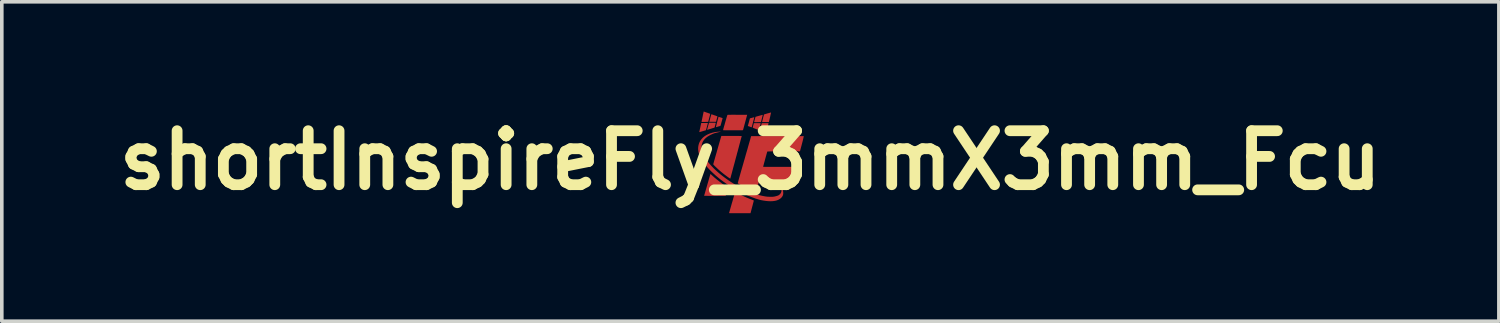
<source format=kicad_pcb>
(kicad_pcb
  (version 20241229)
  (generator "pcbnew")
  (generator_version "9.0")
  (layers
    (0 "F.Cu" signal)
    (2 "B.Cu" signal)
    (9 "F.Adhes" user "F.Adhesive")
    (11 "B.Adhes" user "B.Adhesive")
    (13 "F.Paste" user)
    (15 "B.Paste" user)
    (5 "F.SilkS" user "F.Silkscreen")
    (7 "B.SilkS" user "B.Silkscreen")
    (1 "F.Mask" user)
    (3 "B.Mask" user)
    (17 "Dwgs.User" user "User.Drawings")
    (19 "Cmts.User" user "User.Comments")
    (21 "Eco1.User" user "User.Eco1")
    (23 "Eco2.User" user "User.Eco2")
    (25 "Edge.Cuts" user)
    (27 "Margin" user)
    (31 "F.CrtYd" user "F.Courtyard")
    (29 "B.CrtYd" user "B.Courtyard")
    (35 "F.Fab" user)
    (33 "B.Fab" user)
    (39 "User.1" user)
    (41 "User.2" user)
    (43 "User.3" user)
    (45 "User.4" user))
  (footprint "shortInspireFly_3mmX3mm_Fcu"
    (layer "F.Cu")
    (at 17.8 1.404)
    (property "Reference" "shortInspireFly_3mmX3mm_Fcu" (at 0 0 0) (layer "F.SilkS") (effects (font (size 1.5 1.5) (thickness 0.3))))
    (attr board_only exclude_from_pos_files exclude_from_bom)
    (fp_poly (pts (xy 0.575 -1.325) (xy 0.573 -1.316) (xy 0.571 -1.303) (xy 0.567 -1.285) (xy 0.562 -1.265) (xy 0.557 -1.242) (xy 0.552 -1.218) (xy 0.546 -1.193) (xy 0.54 -1.168) (xy 0.535 -1.144) (xy 0.529 -1.121) (xy 0.525 -1.101) (xy 0.52 -1.085) (xy 0.518 -1.074) (xy 0.515 -1.062) (xy 0.42 -1.062) (xy 0.326 -1.062) (xy 0.352 -1.167) (xy 0.358 -1.192) (xy 0.364 -1.215) (xy 0.37 -1.235) (xy 0.374 -1.251) (xy 0.377 -1.264) (xy 0.38 -1.271) (xy 0.38 -1.273) (xy 0.384 -1.275) (xy 0.393 -1.277) (xy 0.406 -1.281) (xy 0.422 -1.286) (xy 0.442 -1.292) (xy 0.462 -1.298) (xy 0.483 -1.304) (xy 0.505 -1.31) (xy 0.524 -1.315) (xy 0.542 -1.32) (xy 0.557 -1.324) (xy 0.568 -1.327) (xy 0.575 -1.328) (xy 0.576 -1.328)) (stroke (width 0) (type solid)) (fill yes) (layer "F.Cu"))
    (fp_poly (pts (xy 0.344 -1.26) (xy 0.342 -1.251) (xy 0.339 -1.238) (xy 0.335 -1.22) (xy 0.33 -1.2) (xy 0.324 -1.176) (xy 0.32 -1.163) (xy 0.296 -1.063) (xy 0.24 -1.061) (xy 0.205 -1.06) (xy 0.175 -1.059) (xy 0.15 -1.059) (xy 0.13 -1.059) (xy 0.116 -1.06) (xy 0.108 -1.061) (xy 0.106 -1.063) (xy 0.107 -1.067) (xy 0.109 -1.076) (xy 0.112 -1.089) (xy 0.116 -1.105) (xy 0.121 -1.123) (xy 0.126 -1.142) (xy 0.13 -1.16) (xy 0.135 -1.176) (xy 0.139 -1.19) (xy 0.141 -1.201) (xy 0.143 -1.206) (xy 0.144 -1.207) (xy 0.147 -1.208) (xy 0.156 -1.211) (xy 0.169 -1.215) (xy 0.185 -1.22) (xy 0.204 -1.225) (xy 0.225 -1.231) (xy 0.247 -1.237) (xy 0.268 -1.243) (xy 0.288 -1.249) (xy 0.307 -1.254) (xy 0.323 -1.258) (xy 0.335 -1.261) (xy 0.342 -1.263) (xy 0.344 -1.263)) (stroke (width 0) (type solid)) (fill yes) (layer "F.Cu"))
    (fp_poly (pts (xy 0.216 -1.033) (xy 0.238 -1.033) (xy 0.256 -1.033) (xy 0.271 -1.032) (xy 0.281 -1.032) (xy 0.286 -1.031) (xy 0.287 -1.031) (xy 0.286 -1.026) (xy 0.284 -1.016) (xy 0.28 -1.001) (xy 0.276 -0.984) (xy 0.271 -0.965) (xy 0.266 -0.944) (xy 0.261 -0.923) (xy 0.255 -0.902) (xy 0.25 -0.883) (xy 0.245 -0.867) (xy 0.242 -0.853) (xy 0.239 -0.844) (xy 0.237 -0.84) (xy 0.237 -0.84) (xy 0.233 -0.841) (xy 0.224 -0.845) (xy 0.211 -0.849) (xy 0.194 -0.856) (xy 0.174 -0.863) (xy 0.152 -0.871) (xy 0.15 -0.872) (xy 0.125 -0.882) (xy 0.106 -0.889) (xy 0.091 -0.895) (xy 0.081 -0.9) (xy 0.074 -0.903) (xy 0.069 -0.906) (xy 0.067 -0.908) (xy 0.067 -0.91) (xy 0.067 -0.912) (xy 0.068 -0.917) (xy 0.07 -0.928) (xy 0.074 -0.942) (xy 0.078 -0.959) (xy 0.083 -0.976) (xy 0.098 -1.033) (xy 0.192 -1.033)) (stroke (width 0) (type solid)) (fill yes) (layer "F.Cu"))
    (fp_poly (pts (xy -1.071 -1.275) (xy -1.056 -1.271) (xy -1.035 -1.264) (xy -1.01 -1.255) (xy -0.999 -1.251) (xy -0.977 -1.244) (xy -0.957 -1.237) (xy -0.941 -1.231) (xy -0.927 -1.226) (xy -0.918 -1.223) (xy -0.915 -1.222) (xy -0.915 -1.222) (xy -0.915 -1.218) (xy -0.917 -1.21) (xy -0.92 -1.198) (xy -0.924 -1.182) (xy -0.928 -1.164) (xy -0.933 -1.146) (xy -0.938 -1.127) (xy -0.942 -1.11) (xy -0.946 -1.094) (xy -0.95 -1.082) (xy -0.95 -1.081) (xy -0.953 -1.069) (xy -1.046 -1.069) (xy -1.071 -1.069) (xy -1.093 -1.069) (xy -1.112 -1.07) (xy -1.126 -1.07) (xy -1.136 -1.071) (xy -1.14 -1.072) (xy -1.14 -1.072) (xy -1.139 -1.075) (xy -1.137 -1.084) (xy -1.133 -1.097) (xy -1.128 -1.114) (xy -1.123 -1.134) (xy -1.117 -1.155) (xy -1.112 -1.177) (xy -1.106 -1.198) (xy -1.1 -1.219) (xy -1.095 -1.238) (xy -1.09 -1.254) (xy -1.087 -1.267) (xy -1.084 -1.275) (xy -1.084 -1.277) (xy -1.08 -1.277)) (stroke (width 0) (type solid)) (fill yes) (layer "F.Cu"))
    (fp_poly (pts (xy -1.32 -1.036) (xy -1.299 -1.036) (xy -1.276 -1.036) (xy -1.271 -1.036) (xy -1.179 -1.035) (xy -1.206 -0.936) (xy -1.212 -0.912) (xy -1.218 -0.889) (xy -1.224 -0.87) (xy -1.228 -0.854) (xy -1.231 -0.843) (xy -1.233 -0.837) (xy -1.234 -0.836) (xy -1.237 -0.835) (xy -1.245 -0.832) (xy -1.258 -0.828) (xy -1.274 -0.823) (xy -1.293 -0.818) (xy -1.313 -0.812) (xy -1.333 -0.806) (xy -1.353 -0.8) (xy -1.372 -0.795) (xy -1.388 -0.79) (xy -1.4 -0.787) (xy -1.409 -0.784) (xy -1.411 -0.784) (xy -1.418 -0.783) (xy -1.419 -0.784) (xy -1.419 -0.786) (xy -1.418 -0.791) (xy -1.415 -0.8) (xy -1.412 -0.815) (xy -1.408 -0.834) (xy -1.403 -0.856) (xy -1.398 -0.881) (xy -1.392 -0.908) (xy -1.391 -0.913) (xy -1.385 -0.94) (xy -1.38 -0.965) (xy -1.375 -0.987) (xy -1.371 -1.006) (xy -1.367 -1.021) (xy -1.365 -1.031) (xy -1.364 -1.036) (xy -1.364 -1.036) (xy -1.36 -1.036) (xy -1.351 -1.036) (xy -1.338 -1.036)) (stroke (width 0) (type solid)) (fill yes) (layer "F.Cu"))
    (fp_poly (pts (xy 0.473 -1.033) (xy 0.488 -1.033) (xy 0.499 -1.032) (xy 0.504 -1.032) (xy 0.504 -1.032) (xy 0.504 -1.029) (xy 0.503 -1.019) (xy 0.5 -1.003) (xy 0.495 -0.981) (xy 0.489 -0.952) (xy 0.481 -0.918) (xy 0.478 -0.904) (xy 0.471 -0.876) (xy 0.465 -0.85) (xy 0.46 -0.827) (xy 0.455 -0.806) (xy 0.451 -0.79) (xy 0.449 -0.778) (xy 0.448 -0.771) (xy 0.448 -0.77) (xy 0.446 -0.764) (xy 0.443 -0.761) (xy 0.44 -0.762) (xy 0.437 -0.763) (xy 0.428 -0.767) (xy 0.415 -0.772) (xy 0.398 -0.778) (xy 0.379 -0.786) (xy 0.357 -0.794) (xy 0.354 -0.795) (xy 0.332 -0.803) (xy 0.312 -0.811) (xy 0.295 -0.818) (xy 0.282 -0.823) (xy 0.272 -0.827) (xy 0.268 -0.828) (xy 0.268 -0.828) (xy 0.269 -0.832) (xy 0.27 -0.841) (xy 0.274 -0.854) (xy 0.278 -0.872) (xy 0.283 -0.893) (xy 0.288 -0.916) (xy 0.292 -0.931) (xy 0.318 -1.032) (xy 0.409 -1.033) (xy 0.433 -1.033) (xy 0.455 -1.033)) (stroke (width 0) (type solid)) (fill yes) (layer "F.Cu"))
    (fp_poly (pts (xy -1.293 -1.354) (xy -1.284 -1.351) (xy -1.271 -1.347) (xy -1.255 -1.341) (xy -1.235 -1.334) (xy -1.213 -1.326) (xy -1.205 -1.324) (xy -1.115 -1.292) (xy -1.116 -1.283) (xy -1.117 -1.277) (xy -1.12 -1.267) (xy -1.123 -1.251) (xy -1.128 -1.232) (xy -1.134 -1.21) (xy -1.14 -1.186) (xy -1.144 -1.172) (xy -1.17 -1.07) (xy -1.194 -1.068) (xy -1.205 -1.068) (xy -1.221 -1.067) (xy -1.24 -1.067) (xy -1.262 -1.066) (xy -1.284 -1.066) (xy -1.287 -1.066) (xy -1.31 -1.066) (xy -1.327 -1.066) (xy -1.339 -1.066) (xy -1.347 -1.067) (xy -1.352 -1.067) (xy -1.354 -1.069) (xy -1.355 -1.07) (xy -1.355 -1.072) (xy -1.355 -1.076) (xy -1.353 -1.086) (xy -1.35 -1.1) (xy -1.346 -1.118) (xy -1.342 -1.139) (xy -1.337 -1.162) (xy -1.332 -1.187) (xy -1.326 -1.213) (xy -1.321 -1.239) (xy -1.316 -1.264) (xy -1.311 -1.288) (xy -1.306 -1.309) (xy -1.302 -1.327) (xy -1.299 -1.341) (xy -1.297 -1.35) (xy -1.296 -1.354) (xy -1.296 -1.355)) (stroke (width 0) (type solid)) (fill yes) (layer "F.Cu"))
    (fp_poly (pts (xy 0.108 -1.193) (xy 0.106 -1.184) (xy 0.103 -1.17) (xy 0.099 -1.152) (xy 0.093 -1.131) (xy 0.087 -1.106) (xy 0.08 -1.079) (xy 0.077 -1.068) (xy 0.07 -1.04) (xy 0.063 -1.014) (xy 0.057 -0.99) (xy 0.052 -0.969) (xy 0.047 -0.951) (xy 0.044 -0.938) (xy 0.042 -0.931) (xy 0.041 -0.93) (xy 0.039 -0.923) (xy 0.036 -0.919) (xy 0.031 -0.918) (xy 0.023 -0.92) (xy 0.011 -0.924) (xy 0.003 -0.927) (xy -0.013 -0.934) (xy -0.031 -0.94) (xy -0.045 -0.945) (xy -0.07 -0.953) (xy -0.05 -1.025) (xy -0.043 -1.048) (xy -0.037 -1.072) (xy -0.031 -1.094) (xy -0.026 -1.113) (xy -0.022 -1.128) (xy -0.021 -1.131) (xy -0.017 -1.147) (xy -0.014 -1.157) (xy -0.011 -1.163) (xy -0.008 -1.166) (xy -0.004 -1.167) (xy -0.004 -1.167) (xy 0.002 -1.169) (xy 0.013 -1.172) (xy 0.028 -1.176) (xy 0.045 -1.18) (xy 0.056 -1.184) (xy 0.073 -1.188) (xy 0.088 -1.192) (xy 0.1 -1.195) (xy 0.107 -1.196) (xy 0.109 -1.196)) (stroke (width 0) (type solid)) (fill yes) (layer "F.Cu"))
    (fp_poly (pts (xy -1.026 -1.043) (xy -1.004 -1.043) (xy -0.988 -1.043) (xy -0.976 -1.042) (xy -0.968 -1.042) (xy -0.964 -1.041) (xy -0.961 -1.04) (xy -0.96 -1.039) (xy -0.961 -1.037) (xy -0.962 -1.033) (xy -0.964 -1.023) (xy -0.968 -1.009) (xy -0.972 -0.992) (xy -0.977 -0.973) (xy -0.977 -0.972) (xy -0.982 -0.953) (xy -0.987 -0.937) (xy -0.991 -0.923) (xy -0.994 -0.913) (xy -0.996 -0.909) (xy -0.996 -0.909) (xy -0.999 -0.907) (xy -1.008 -0.904) (xy -1.022 -0.9) (xy -1.038 -0.895) (xy -1.058 -0.889) (xy -1.079 -0.882) (xy -1.1 -0.875) (xy -1.122 -0.869) (xy -1.143 -0.863) (xy -1.161 -0.857) (xy -1.177 -0.852) (xy -1.189 -0.849) (xy -1.197 -0.847) (xy -1.199 -0.847) (xy -1.201 -0.849) (xy -1.201 -0.85) (xy -1.2 -0.854) (xy -1.198 -0.863) (xy -1.194 -0.877) (xy -1.19 -0.894) (xy -1.184 -0.913) (xy -1.179 -0.933) (xy -1.173 -0.954) (xy -1.167 -0.975) (xy -1.162 -0.994) (xy -1.157 -1.011) (xy -1.153 -1.024) (xy -1.151 -1.033) (xy -1.149 -1.036) (xy -1.146 -1.043) (xy -1.053 -1.043)) (stroke (width 0) (type solid)) (fill yes) (layer "F.Cu"))
    (fp_poly (pts (xy -0.88 -1.207) (xy -0.872 -1.205) (xy -0.86 -1.201) (xy -0.846 -1.197) (xy -0.83 -1.192) (xy -0.814 -1.187) (xy -0.799 -1.182) (xy -0.786 -1.177) (xy -0.776 -1.173) (xy -0.771 -1.171) (xy -0.77 -1.171) (xy -0.771 -1.168) (xy -0.773 -1.159) (xy -0.777 -1.146) (xy -0.781 -1.13) (xy -0.786 -1.111) (xy -0.792 -1.09) (xy -0.798 -1.069) (xy -0.804 -1.048) (xy -0.809 -1.027) (xy -0.815 -1.009) (xy -0.819 -0.993) (xy -0.823 -0.982) (xy -0.824 -0.976) (xy -0.831 -0.956) (xy -0.864 -0.946) (xy -0.882 -0.941) (xy -0.902 -0.935) (xy -0.92 -0.929) (xy -0.926 -0.927) (xy -0.94 -0.923) (xy -0.949 -0.921) (xy -0.954 -0.921) (xy -0.956 -0.922) (xy -0.956 -0.923) (xy -0.955 -0.927) (xy -0.953 -0.936) (xy -0.95 -0.95) (xy -0.945 -0.968) (xy -0.94 -0.99) (xy -0.934 -1.013) (xy -0.928 -1.038) (xy -0.921 -1.064) (xy -0.915 -1.09) (xy -0.908 -1.115) (xy -0.902 -1.139) (xy -0.896 -1.16) (xy -0.892 -1.178) (xy -0.888 -1.193) (xy -0.885 -1.203) (xy -0.884 -1.207) (xy -0.884 -1.207)) (stroke (width 0) (type solid)) (fill yes) (layer "F.Cu"))
    (fp_poly (pts (xy -1.106 0.382) (xy -1.1 0.387) (xy -1.09 0.395) (xy -1.078 0.406) (xy -1.071 0.413) (xy -1.001 0.476) (xy -0.925 0.539) (xy -0.844 0.602) (xy -0.761 0.664) (xy -0.681 0.719) (xy -0.665 0.731) (xy -0.65 0.741) (xy -0.638 0.75) (xy -0.629 0.757) (xy -0.625 0.761) (xy -0.625 0.761) (xy -0.625 0.765) (xy -0.628 0.774) (xy -0.631 0.788) (xy -0.636 0.806) (xy -0.642 0.828) (xy -0.648 0.852) (xy -0.655 0.876) (xy -0.685 0.987) (xy -0.985 0.988) (xy -1.037 0.988) (xy -1.084 0.988) (xy -1.124 0.988) (xy -1.159 0.988) (xy -1.189 0.988) (xy -1.214 0.987) (xy -1.235 0.987) (xy -1.252 0.987) (xy -1.264 0.987) (xy -1.274 0.986) (xy -1.28 0.986) (xy -1.283 0.985) (xy -1.284 0.984) (xy -1.283 0.981) (xy -1.28 0.971) (xy -1.276 0.957) (xy -1.27 0.937) (xy -1.263 0.913) (xy -1.255 0.885) (xy -1.246 0.853) (xy -1.236 0.818) (xy -1.225 0.781) (xy -1.213 0.74) (xy -1.201 0.699) (xy -1.196 0.681) (xy -1.184 0.638) (xy -1.172 0.598) (xy -1.161 0.559) (xy -1.151 0.523) (xy -1.141 0.49) (xy -1.133 0.461) (xy -1.125 0.435) (xy -1.119 0.414) (xy -1.114 0.398) (xy -1.111 0.387) (xy -1.109 0.381) (xy -1.109 0.38)) (stroke (width 0) (type solid)) (fill yes) (layer "F.Cu"))
    (fp_poly (pts (xy -0.459 -1.265) (xy -0.415 -1.265) (xy -0.366 -1.264) (xy -0.36 -1.264) (xy -0.088 -1.264) (xy -0.145 -1.054) (xy -0.154 -1.019) (xy -0.164 -0.985) (xy -0.172 -0.953) (xy -0.18 -0.924) (xy -0.187 -0.899) (xy -0.193 -0.877) (xy -0.198 -0.86) (xy -0.201 -0.848) (xy -0.203 -0.841) (xy -0.204 -0.839) (xy -0.204 -0.838) (xy -0.206 -0.838) (xy -0.208 -0.837) (xy -0.213 -0.836) (xy -0.219 -0.836) (xy -0.227 -0.835) (xy -0.239 -0.835) (xy -0.253 -0.834) (xy -0.272 -0.834) (xy -0.294 -0.834) (xy -0.32 -0.834) (xy -0.352 -0.834) (xy -0.388 -0.834) (xy -0.43 -0.834) (xy -0.479 -0.834) (xy -0.481 -0.834) (xy -0.524 -0.834) (xy -0.565 -0.834) (xy -0.603 -0.834) (xy -0.638 -0.834) (xy -0.669 -0.835) (xy -0.696 -0.835) (xy -0.719 -0.835) (xy -0.737 -0.836) (xy -0.75 -0.836) (xy -0.757 -0.836) (xy -0.758 -0.837) (xy -0.757 -0.84) (xy -0.755 -0.849) (xy -0.752 -0.863) (xy -0.747 -0.882) (xy -0.741 -0.904) (xy -0.734 -0.929) (xy -0.726 -0.957) (xy -0.717 -0.986) (xy -0.709 -1.017) (xy -0.7 -1.048) (xy -0.691 -1.08) (xy -0.682 -1.111) (xy -0.673 -1.14) (xy -0.665 -1.168) (xy -0.658 -1.193) (xy -0.651 -1.215) (xy -0.645 -1.234) (xy -0.641 -1.248) (xy -0.638 -1.257) (xy -0.636 -1.261) (xy -0.636 -1.261) (xy -0.634 -1.262) (xy -0.63 -1.263) (xy -0.622 -1.263) (xy -0.611 -1.264) (xy -0.597 -1.264) (xy -0.579 -1.264) (xy -0.556 -1.264) (xy -0.529 -1.265) (xy -0.496 -1.265)) (stroke (width 0) (type solid)) (fill yes) (layer "F.Cu"))
    (fp_poly (pts (xy -0.413 0.883) (xy -0.412 0.884) (xy -0.41 0.885) (xy -0.406 0.888) (xy -0.397 0.893) (xy -0.383 0.9) (xy -0.366 0.909) (xy -0.347 0.92) (xy -0.325 0.931) (xy -0.303 0.942) (xy -0.28 0.953) (xy -0.258 0.964) (xy -0.238 0.974) (xy -0.219 0.983) (xy -0.216 0.985) (xy -0.167 1.008) (xy -0.117 1.03) (xy -0.066 1.052) (xy -0.018 1.072) (xy 0.028 1.089) (xy 0.038 1.093) (xy 0.058 1.101) (xy 0.074 1.107) (xy 0.084 1.111) (xy 0.091 1.115) (xy 0.095 1.118) (xy 0.096 1.12) (xy 0.096 1.122) (xy 0.096 1.126) (xy 0.093 1.136) (xy 0.089 1.151) (xy 0.084 1.17) (xy 0.078 1.193) (xy 0.071 1.22) (xy 0.064 1.249) (xy 0.055 1.28) (xy 0.05 1.299) (xy 0.005 1.47) (xy -0.294 1.47) (xy -0.346 1.471) (xy -0.393 1.471) (xy -0.433 1.471) (xy -0.468 1.471) (xy -0.498 1.471) (xy -0.523 1.47) (xy -0.543 1.47) (xy -0.56 1.47) (xy -0.573 1.469) (xy -0.582 1.469) (xy -0.588 1.468) (xy -0.591 1.468) (xy -0.592 1.467) (xy -0.59 1.464) (xy -0.588 1.454) (xy -0.583 1.44) (xy -0.578 1.42) (xy -0.571 1.396) (xy -0.563 1.368) (xy -0.554 1.336) (xy -0.544 1.302) (xy -0.533 1.264) (xy -0.522 1.224) (xy -0.51 1.183) (xy -0.507 1.173) (xy -0.492 1.123) (xy -0.48 1.079) (xy -0.469 1.041) (xy -0.459 1.008) (xy -0.451 0.98) (xy -0.444 0.956) (xy -0.438 0.936) (xy -0.433 0.92) (xy -0.428 0.907) (xy -0.425 0.898) (xy -0.422 0.891) (xy -0.419 0.886) (xy -0.417 0.883) (xy -0.415 0.882)) (stroke (width 0) (type solid)) (fill yes) (layer "F.Cu"))
    (fp_poly (pts (xy -0.472 -0.676) (xy -0.429 -0.676) (xy -0.391 -0.676) (xy -0.359 -0.676) (xy -0.332 -0.676) (xy -0.309 -0.676) (xy -0.29 -0.675) (xy -0.275 -0.675) (xy -0.263 -0.675) (xy -0.254 -0.674) (xy -0.248 -0.674) (xy -0.243 -0.673) (xy -0.241 -0.673) (xy -0.24 -0.672) (xy -0.239 -0.671) (xy -0.24 -0.67) (xy -0.241 -0.667) (xy -0.243 -0.657) (xy -0.247 -0.642) (xy -0.253 -0.622) (xy -0.26 -0.596) (xy -0.268 -0.566) (xy -0.277 -0.532) (xy -0.287 -0.493) (xy -0.299 -0.451) (xy -0.311 -0.405) (xy -0.324 -0.356) (xy -0.338 -0.304) (xy -0.352 -0.25) (xy -0.368 -0.194) (xy -0.383 -0.135) (xy -0.398 -0.082) (xy -0.414 -0.022) (xy -0.429 0.036) (xy -0.444 0.092) (xy -0.459 0.146) (xy -0.473 0.197) (xy -0.486 0.246) (xy -0.498 0.291) (xy -0.509 0.333) (xy -0.519 0.371) (xy -0.529 0.405) (xy -0.537 0.435) (xy -0.543 0.46) (xy -0.549 0.48) (xy -0.553 0.494) (xy -0.555 0.503) (xy -0.556 0.506) (xy -0.558 0.508) (xy -0.561 0.507) (xy -0.567 0.505) (xy -0.576 0.499) (xy -0.589 0.49) (xy -0.594 0.487) (xy -0.616 0.472) (xy -0.642 0.453) (xy -0.669 0.433) (xy -0.698 0.411) (xy -0.726 0.39) (xy -0.753 0.369) (xy -0.775 0.351) (xy -0.777 0.349) (xy -0.802 0.329) (xy -0.828 0.307) (xy -0.854 0.285) (xy -0.88 0.262) (xy -0.905 0.239) (xy -0.929 0.216) (xy -0.952 0.195) (xy -0.973 0.175) (xy -0.991 0.157) (xy -1.006 0.141) (xy -1.018 0.128) (xy -1.026 0.118) (xy -1.03 0.111) (xy -1.03 0.11) (xy -1.029 0.106) (xy -1.027 0.097) (xy -1.023 0.082) (xy -1.017 0.062) (xy -1.011 0.038) (xy -1.003 0.01) (xy -0.994 -0.021) (xy -0.984 -0.055) (xy -0.974 -0.092) (xy -0.963 -0.131) (xy -0.951 -0.172) (xy -0.939 -0.213) (xy -0.927 -0.256) (xy -0.915 -0.299) (xy -0.903 -0.341) (xy -0.891 -0.383) (xy -0.879 -0.424) (xy -0.868 -0.463) (xy -0.857 -0.5) (xy -0.847 -0.535) (xy -0.838 -0.566) (xy -0.83 -0.595) (xy -0.823 -0.619) (xy -0.817 -0.639) (xy -0.813 -0.654) (xy -0.809 -0.664) (xy -0.808 -0.669) (xy -0.805 -0.676) (xy -0.521 -0.676)) (stroke (width 0) (type solid)) (fill yes) (layer "F.Cu"))
    (fp_poly (pts (xy -0.835 -0.795) (xy -0.827 -0.794) (xy -0.824 -0.792) (xy -0.827 -0.789) (xy -0.831 -0.789) (xy -0.839 -0.788) (xy -0.852 -0.786) (xy -0.868 -0.783) (xy -0.888 -0.779) (xy -0.909 -0.774) (xy -0.93 -0.769) (xy -0.951 -0.764) (xy -0.97 -0.76) (xy -0.985 -0.755) (xy -0.997 -0.752) (xy -0.997 -0.752) (xy -1.039 -0.736) (xy -1.081 -0.717) (xy -1.121 -0.697) (xy -1.159 -0.676) (xy -1.194 -0.654) (xy -1.215 -0.638) (xy -1.253 -0.605) (xy -1.285 -0.57) (xy -1.311 -0.533) (xy -1.331 -0.494) (xy -1.345 -0.451) (xy -1.355 -0.406) (xy -1.356 -0.398) (xy -1.358 -0.354) (xy -1.354 -0.307) (xy -1.344 -0.259) (xy -1.328 -0.208) (xy -1.306 -0.156) (xy -1.277 -0.102) (xy -1.243 -0.046) (xy -1.202 0.012) (xy -1.155 0.072) (xy -1.102 0.134) (xy -1.072 0.167) (xy -1.02 0.221) (xy -0.962 0.276) (xy -0.9 0.332) (xy -0.834 0.388) (xy -0.764 0.443) (xy -0.692 0.497) (xy -0.618 0.549) (xy -0.571 0.581) (xy -0.478 0.641) (xy -0.384 0.697) (xy -0.29 0.749) (xy -0.196 0.797) (xy -0.103 0.841) (xy -0.011 0.88) (xy 0.08 0.915) (xy 0.169 0.945) (xy 0.255 0.97) (xy 0.34 0.99) (xy 0.421 1.005) (xy 0.444 1.008) (xy 0.47 1.011) (xy 0.499 1.013) (xy 0.53 1.014) (xy 0.561 1.015) (xy 0.591 1.015) (xy 0.618 1.014) (xy 0.641 1.012) (xy 0.647 1.011) (xy 0.673 1.007) (xy 0.699 1.001) (xy 0.725 0.994) (xy 0.749 0.987) (xy 0.77 0.979) (xy 0.786 0.972) (xy 0.791 0.968) (xy 0.81 0.954) (xy 0.827 0.936) (xy 0.842 0.918) (xy 0.849 0.906) (xy 0.859 0.882) (xy 0.865 0.857) (xy 0.865 0.831) (xy 0.861 0.804) (xy 0.851 0.774) (xy 0.842 0.753) (xy 0.827 0.723) (xy 0.844 0.74) (xy 0.862 0.763) (xy 0.879 0.787) (xy 0.893 0.811) (xy 0.903 0.833) (xy 0.903 0.835) (xy 0.909 0.856) (xy 0.913 0.881) (xy 0.914 0.907) (xy 0.914 0.931) (xy 0.911 0.951) (xy 0.902 0.98) (xy 0.887 1.007) (xy 0.867 1.033) (xy 0.842 1.057) (xy 0.812 1.079) (xy 0.779 1.097) (xy 0.743 1.112) (xy 0.724 1.118) (xy 0.686 1.127) (xy 0.644 1.133) (xy 0.599 1.137) (xy 0.552 1.138) (xy 0.507 1.136) (xy 0.436 1.13) (xy 0.368 1.12) (xy 0.303 1.108) (xy 0.242 1.093) (xy 0.236 1.091) (xy 0.142 1.062) (xy 0.046 1.027) (xy -0.052 0.988) (xy -0.151 0.944) (xy -0.25 0.895) (xy -0.35 0.844) (xy -0.448 0.788) (xy -0.545 0.73) (xy -0.64 0.669) (xy -0.732 0.605) (xy -0.773 0.575) (xy -0.837 0.527) (xy -0.9 0.475) (xy -0.962 0.423) (xy -1.022 0.369) (xy -1.078 0.316) (xy -1.131 0.263) (xy -1.179 0.212) (xy -1.196 0.193) (xy -1.23 0.152) (xy -1.264 0.109) (xy -1.297 0.065) (xy -1.326 0.022) (xy -1.353 -0.02) (xy -1.376 -0.059) (xy -1.389 -0.083) (xy -1.402 -0.11) (xy -1.412 -0.134) (xy -1.421 -0.156) (xy -1.428 -0.178) (xy -1.435 -0.204) (xy -1.435 -0.205) (xy -1.446 -0.26) (xy -1.451 -0.313) (xy -1.449 -0.365) (xy -1.441 -0.415) (xy -1.428 -0.463) (xy -1.409 -0.509) (xy -1.384 -0.552) (xy -1.353 -0.592) (xy -1.318 -0.63) (xy -1.277 -0.664) (xy -1.23 -0.695) (xy -1.185 -0.719) (xy -1.142 -0.738) (xy -1.096 -0.754) (xy -1.047 -0.769) (xy -1 -0.78) (xy -0.959 -0.787) (xy -0.942 -0.789) (xy -0.922 -0.791) (xy -0.902 -0.793) (xy -0.882 -0.794) (xy -0.864 -0.795) (xy -0.848 -0.795)) (stroke (width 0) (type solid)) (fill yes) (layer "F.Cu"))
    (fp_poly (pts (xy 0.837 -0.673) (xy 0.913 -0.673) (xy 0.984 -0.673) (xy 1.048 -0.673) (xy 1.107 -0.673) (xy 1.16 -0.673) (xy 1.209 -0.673) (xy 1.252 -0.672) (xy 1.291 -0.672) (xy 1.326 -0.672) (xy 1.356 -0.672) (xy 1.383 -0.672) (xy 1.406 -0.672) (xy 1.426 -0.671) (xy 1.442 -0.671) (xy 1.455 -0.671) (xy 1.466 -0.67) (xy 1.474 -0.67) (xy 1.48 -0.67) (xy 1.484 -0.669) (xy 1.486 -0.669) (xy 1.486 -0.668) (xy 1.484 -0.661) (xy 1.481 -0.65) (xy 1.478 -0.637) (xy 1.474 -0.623) (xy 1.472 -0.61) (xy 1.47 -0.6) (xy 1.469 -0.594) (xy 1.469 -0.594) (xy 1.468 -0.59) (xy 1.466 -0.581) (xy 1.462 -0.566) (xy 1.458 -0.548) (xy 1.452 -0.526) (xy 1.446 -0.502) (xy 1.439 -0.475) (xy 1.432 -0.448) (xy 1.424 -0.419) (xy 1.417 -0.391) (xy 1.409 -0.364) (xy 1.403 -0.338) (xy 1.396 -0.315) (xy 1.391 -0.294) (xy 1.386 -0.277) (xy 1.383 -0.265) (xy 1.381 -0.258) (xy 1.377 -0.248) (xy 0.928 -0.248) (xy 0.862 -0.248) (xy 0.802 -0.248) (xy 0.748 -0.248) (xy 0.7 -0.248) (xy 0.658 -0.247) (xy 0.62 -0.247) (xy 0.588 -0.247) (xy 0.56 -0.247) (xy 0.536 -0.246) (xy 0.517 -0.246) (xy 0.501 -0.246) (xy 0.49 -0.245) (xy 0.481 -0.245) (xy 0.476 -0.244) (xy 0.473 -0.244) (xy 0.473 -0.244) (xy 0.471 -0.24) (xy 0.468 -0.23) (xy 0.463 -0.215) (xy 0.457 -0.194) (xy 0.45 -0.169) (xy 0.442 -0.139) (xy 0.432 -0.105) (xy 0.422 -0.067) (xy 0.412 -0.032) (xy 0.403 0.003) (xy 0.394 0.037) (xy 0.385 0.068) (xy 0.377 0.097) (xy 0.371 0.122) (xy 0.365 0.143) (xy 0.36 0.16) (xy 0.357 0.172) (xy 0.355 0.178) (xy 0.355 0.179) (xy 0.356 0.18) (xy 0.359 0.181) (xy 0.365 0.181) (xy 0.375 0.181) (xy 0.387 0.182) (xy 0.403 0.182) (xy 0.423 0.182) (xy 0.447 0.183) (xy 0.476 0.183) (xy 0.509 0.183) (xy 0.547 0.183) (xy 0.59 0.183) (xy 0.639 0.183) (xy 0.693 0.183) (xy 0.754 0.183) (xy 0.793 0.183) (xy 1.233 0.183) (xy 1.224 0.213) (xy 1.221 0.227) (xy 1.218 0.24) (xy 1.216 0.25) (xy 1.216 0.253) (xy 1.215 0.257) (xy 1.212 0.267) (xy 1.208 0.282) (xy 1.204 0.301) (xy 1.198 0.323) (xy 1.191 0.348) (xy 1.184 0.375) (xy 1.177 0.403) (xy 1.17 0.431) (xy 1.162 0.46) (xy 1.155 0.487) (xy 1.148 0.513) (xy 1.142 0.536) (xy 1.136 0.557) (xy 1.132 0.573) (xy 1.128 0.585) (xy 1.126 0.592) (xy 1.123 0.602) (xy 0.68 0.602) (xy 0.236 0.602) (xy 0.203 0.725) (xy 0.196 0.753) (xy 0.189 0.779) (xy 0.183 0.803) (xy 0.177 0.823) (xy 0.173 0.84) (xy 0.169 0.852) (xy 0.167 0.86) (xy 0.167 0.86) (xy 0.163 0.869) (xy 0.158 0.872) (xy 0.154 0.871) (xy 0.144 0.868) (xy 0.131 0.864) (xy 0.115 0.858) (xy 0.106 0.855) (xy 0.037 0.829) (xy -0.031 0.801) (xy -0.098 0.771) (xy -0.167 0.738) (xy -0.198 0.723) (xy -0.236 0.703) (xy -0.269 0.686) (xy -0.296 0.671) (xy -0.318 0.659) (xy -0.334 0.649) (xy -0.345 0.642) (xy -0.35 0.637) (xy -0.35 0.637) (xy -0.349 0.633) (xy -0.347 0.624) (xy -0.343 0.609) (xy -0.337 0.588) (xy -0.33 0.563) (xy -0.322 0.533) (xy -0.312 0.498) (xy -0.301 0.459) (xy -0.289 0.417) (xy -0.276 0.37) (xy -0.262 0.321) (xy -0.247 0.268) (xy -0.231 0.213) (xy -0.214 0.155) (xy -0.197 0.096) (xy -0.18 0.034) (xy -0.164 -0.019) (xy -0.146 -0.082) (xy -0.129 -0.144) (xy -0.112 -0.203) (xy -0.095 -0.26) (xy -0.079 -0.315) (xy -0.065 -0.367) (xy -0.051 -0.416) (xy -0.038 -0.461) (xy -0.026 -0.503) (xy -0.015 -0.541) (xy -0.005 -0.574) (xy 0.003 -0.603) (xy 0.01 -0.628) (xy 0.016 -0.647) (xy 0.02 -0.661) (xy 0.022 -0.669) (xy 0.023 -0.671) (xy 0.026 -0.672) (xy 0.035 -0.672) (xy 0.05 -0.672) (xy 0.071 -0.672) (xy 0.097 -0.672) (xy 0.128 -0.672) (xy 0.164 -0.672) (xy 0.204 -0.672) (xy 0.249 -0.672) (xy 0.297 -0.673) (xy 0.349 -0.673) (xy 0.404 -0.673) (xy 0.462 -0.673) (xy 0.523 -0.673) (xy 0.586 -0.673) (xy 0.652 -0.673) (xy 0.719 -0.673) (xy 0.755 -0.673)) (stroke (width 0) (type solid)) (fill yes) (layer "F.Cu")))
  (gr_rect
    (start -3 -3)
    (end 38.6 5.875)
    (stroke (width 0.1) (type default))
    (fill no)
    (layer "Edge.Cuts")))
</source>
